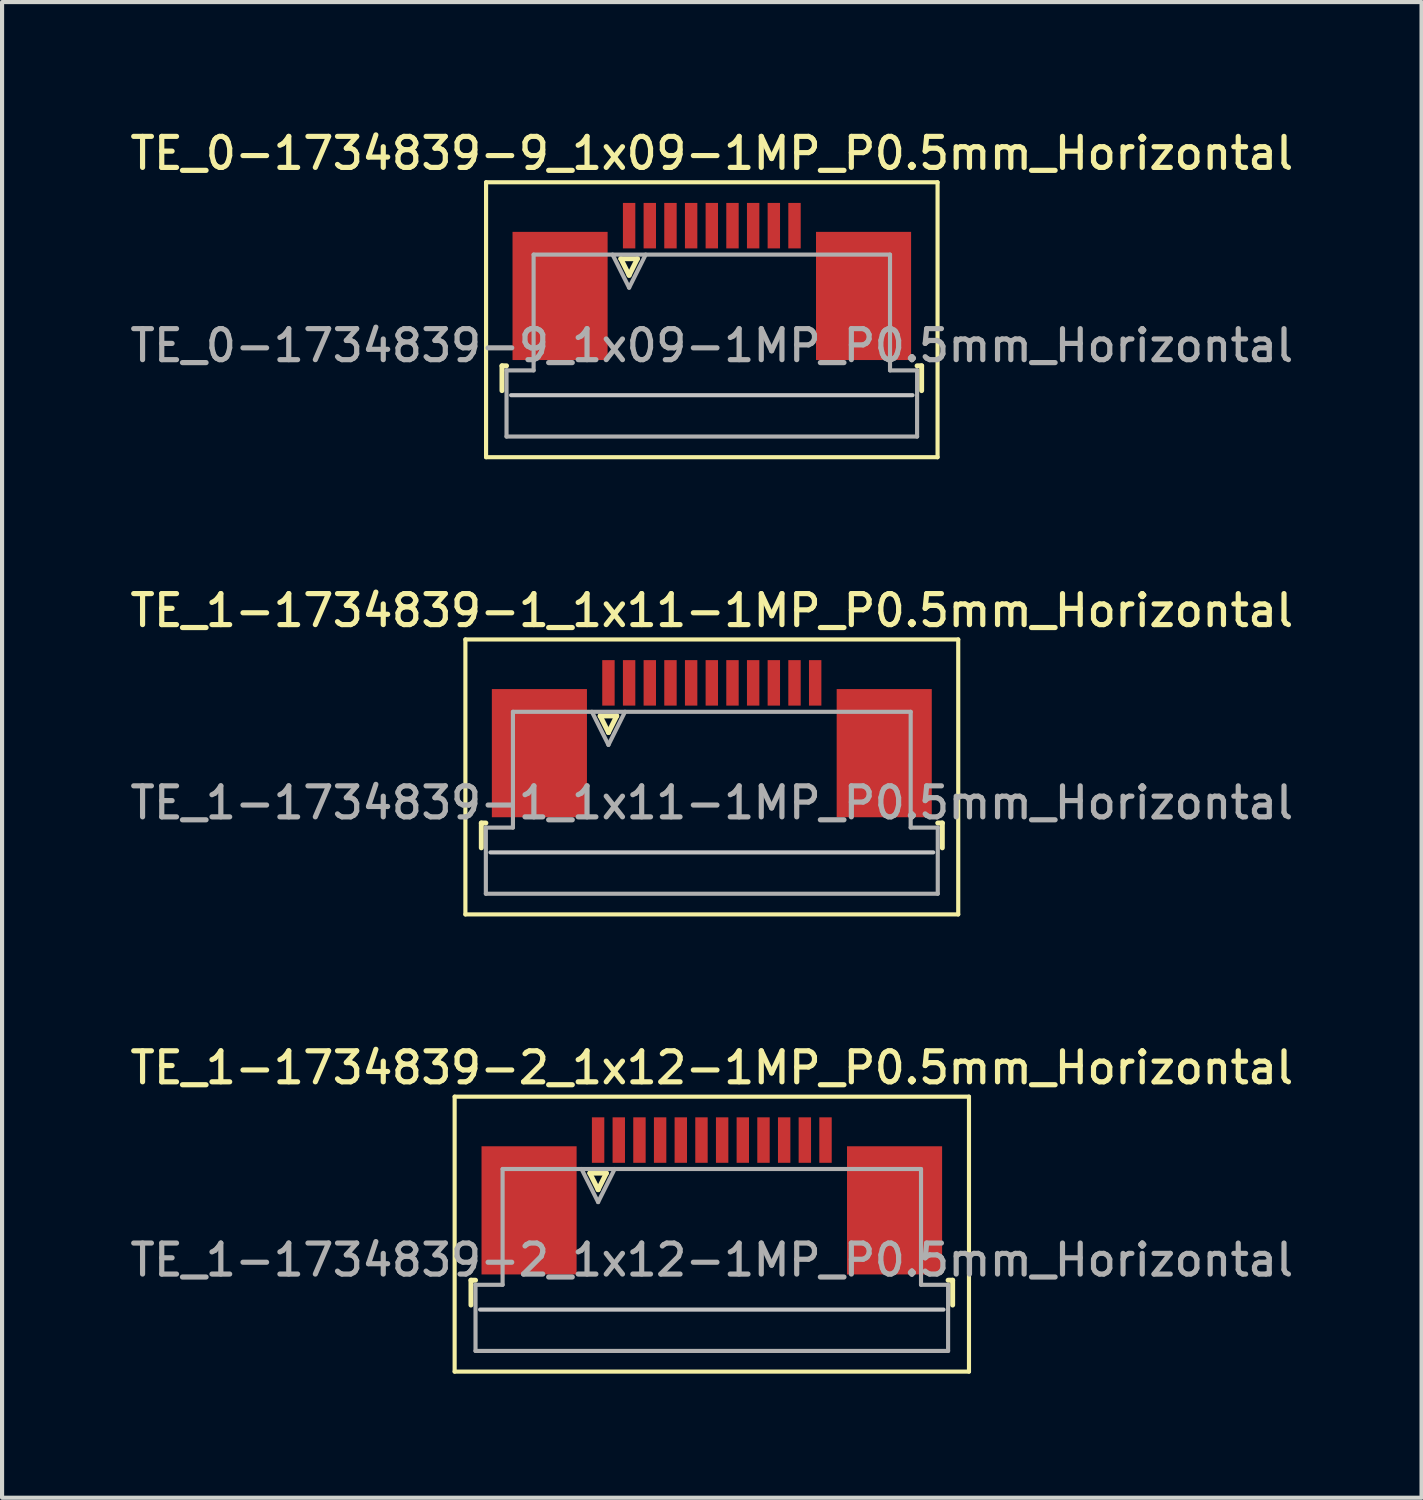
<source format=kicad_pcb>
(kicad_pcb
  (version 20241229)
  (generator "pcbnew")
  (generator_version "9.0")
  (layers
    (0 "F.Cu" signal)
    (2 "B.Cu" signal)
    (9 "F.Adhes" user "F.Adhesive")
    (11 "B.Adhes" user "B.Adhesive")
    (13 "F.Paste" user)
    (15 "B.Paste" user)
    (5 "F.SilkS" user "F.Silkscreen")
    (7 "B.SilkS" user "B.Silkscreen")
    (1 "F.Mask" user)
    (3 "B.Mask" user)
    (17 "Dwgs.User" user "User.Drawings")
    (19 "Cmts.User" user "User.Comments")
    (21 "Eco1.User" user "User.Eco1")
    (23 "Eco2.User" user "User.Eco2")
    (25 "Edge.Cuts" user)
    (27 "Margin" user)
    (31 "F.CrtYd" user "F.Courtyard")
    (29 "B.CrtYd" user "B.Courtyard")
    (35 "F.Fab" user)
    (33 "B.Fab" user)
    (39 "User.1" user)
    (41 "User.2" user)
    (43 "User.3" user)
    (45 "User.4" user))
  (footprint "TE_1-1734839-1_1x11-1MP_P0.5mm_Horizontal"
    (layer "F.Cu")
    (at 14.166 14.816)
    (property "Reference" "TE_1-1734839-1_1x11-1MP_P0.5mm_Horizontal" (at 0 -3.1 0) (layer "F.SilkS") (effects (font (size 0.75 0.75) (thickness 0.125))))
    (attr smd)
    (fp_line (start -5.96 -2.4) (end -5.96 4.25) (stroke (width 0.1) (type solid)) (layer "F.SilkS"))
    (fp_line (start -5.96 4.25) (end 5.96 4.25) (stroke (width 0.1) (type solid)) (layer "F.SilkS"))
    (fp_line (start -5.575 2.04) (end -5.575 2.64) (stroke (width 0.12) (type solid)) (layer "F.SilkS"))
    (fp_line (start -5.465 2.04) (end -5.575 2.04) (stroke (width 0.12) (type solid)) (layer "F.SilkS"))
    (fp_line (start -2.7 -0.55) (end -2.5 -0.15) (stroke (width 0.12) (type solid)) (layer "F.SilkS"))
    (fp_line (start -2.5 -0.15) (end -2.3 -0.55) (stroke (width 0.12) (type solid)) (layer "F.SilkS"))
    (fp_line (start -2.3 -0.55) (end -2.7 -0.55) (stroke (width 0.12) (type solid)) (layer "F.SilkS"))
    (fp_line (start 5.465 2.04) (end 5.575 2.04) (stroke (width 0.12) (type solid)) (layer "F.SilkS"))
    (fp_line (start 5.575 2.04) (end 5.575 2.64) (stroke (width 0.12) (type solid)) (layer "F.SilkS"))
    (fp_line (start 5.96 -2.4) (end -5.96 -2.4) (stroke (width 0.1) (type solid)) (layer "F.SilkS"))
    (fp_line (start 5.96 4.25) (end 5.96 -2.4) (stroke (width 0.1) (type solid)) (layer "F.SilkS"))
    (fp_line (start 5.355 2.75) (end -5.355 2.75) (stroke (width 0.1) (type solid)) (layer "Dwgs.User"))
    (fp_line (start -5.465 2.15) (end -4.81 2.15) (stroke (width 0.1) (type solid)) (layer "F.Fab"))
    (fp_line (start -5.465 3.75) (end -5.465 2.15) (stroke (width 0.1) (type solid)) (layer "F.Fab"))
    (fp_line (start -4.81 -0.65) (end 4.81 -0.65) (stroke (width 0.1) (type solid)) (layer "F.Fab"))
    (fp_line (start -4.81 2.15) (end -4.81 -0.65) (stroke (width 0.1) (type solid)) (layer "F.Fab"))
    (fp_line (start -2.9 -0.65) (end -2.5 0.15) (stroke (width 0.1) (type solid)) (layer "F.Fab"))
    (fp_line (start -2.5 0.15) (end -2.1 -0.65) (stroke (width 0.1) (type solid)) (layer "F.Fab"))
    (fp_line (start 4.81 -0.65) (end 4.81 2.15) (stroke (width 0.1) (type solid)) (layer "F.Fab"))
    (fp_line (start 4.81 2.15) (end 5.465 2.15) (stroke (width 0.1) (type solid)) (layer "F.Fab"))
    (fp_line (start 5.465 2.15) (end 5.465 3.75) (stroke (width 0.1) (type solid)) (layer "F.Fab"))
    (fp_line (start 5.465 3.75) (end -5.465 3.75) (stroke (width 0.1) (type solid)) (layer "F.Fab"))
    (fp_text user "${REFERENCE}" (at 0 1.55 0) (layer "F.Fab") (effects (font (size 0.75 0.75) (thickness 0.125))))
    (pad "1" smd rect (at -2.5 -1.35) (size 0.3 1.1) (layers "F.Cu" "F.Mask" "F.Paste"))
    (pad "2" smd rect (at -2 -1.35) (size 0.3 1.1) (layers "F.Cu" "F.Mask" "F.Paste"))
    (pad "3" smd rect (at -1.5 -1.35) (size 0.3 1.1) (layers "F.Cu" "F.Mask" "F.Paste"))
    (pad "4" smd rect (at -1 -1.35) (size 0.3 1.1) (layers "F.Cu" "F.Mask" "F.Paste"))
    (pad "5" smd rect (at -0.5 -1.35) (size 0.3 1.1) (layers "F.Cu" "F.Mask" "F.Paste"))
    (pad "6" smd rect (at 0 -1.35) (size 0.3 1.1) (layers "F.Cu" "F.Mask" "F.Paste"))
    (pad "7" smd rect (at 0.5 -1.35) (size 0.3 1.1) (layers "F.Cu" "F.Mask" "F.Paste"))
    (pad "8" smd rect (at 1 -1.35) (size 0.3 1.1) (layers "F.Cu" "F.Mask" "F.Paste"))
    (pad "9" smd rect (at 1.5 -1.35) (size 0.3 1.1) (layers "F.Cu" "F.Mask" "F.Paste"))
    (pad "10" smd rect (at 2 -1.35) (size 0.3 1.1) (layers "F.Cu" "F.Mask" "F.Paste"))
    (pad "11" smd rect (at 2.5 -1.35) (size 0.3 1.1) (layers "F.Cu" "F.Mask" "F.Paste"))
    (pad "MP" smd rect (at -4.17 0.35) (size 2.3 3.1) (layers "F.Cu" "F.Mask" "F.Paste"))
    (pad "MP" smd rect (at 4.17 0.35) (size 2.3 3.1) (layers "F.Cu" "F.Mask" "F.Paste")))
  (footprint "TE_1-1734839-2_1x12-1MP_P0.5mm_Horizontal"
    (layer "F.Cu")
    (at 14.166 25.874)
    (property "Reference" "TE_1-1734839-2_1x12-1MP_P0.5mm_Horizontal" (at 0 -3.1 0) (layer "F.SilkS") (effects (font (size 0.75 0.75) (thickness 0.125))))
    (attr smd)
    (fp_line (start -6.22 -2.4) (end -6.22 4.25) (stroke (width 0.1) (type solid)) (layer "F.SilkS"))
    (fp_line (start -6.22 4.25) (end 6.22 4.25) (stroke (width 0.1) (type solid)) (layer "F.SilkS"))
    (fp_line (start -5.825 2.04) (end -5.825 2.64) (stroke (width 0.12) (type solid)) (layer "F.SilkS"))
    (fp_line (start -5.715 2.04) (end -5.825 2.04) (stroke (width 0.12) (type solid)) (layer "F.SilkS"))
    (fp_line (start -2.95 -0.55) (end -2.75 -0.15) (stroke (width 0.12) (type solid)) (layer "F.SilkS"))
    (fp_line (start -2.75 -0.15) (end -2.55 -0.55) (stroke (width 0.12) (type solid)) (layer "F.SilkS"))
    (fp_line (start -2.55 -0.55) (end -2.95 -0.55) (stroke (width 0.12) (type solid)) (layer "F.SilkS"))
    (fp_line (start 5.715 2.04) (end 5.825 2.04) (stroke (width 0.12) (type solid)) (layer "F.SilkS"))
    (fp_line (start 5.825 2.04) (end 5.825 2.64) (stroke (width 0.12) (type solid)) (layer "F.SilkS"))
    (fp_line (start 6.22 -2.4) (end -6.22 -2.4) (stroke (width 0.1) (type solid)) (layer "F.SilkS"))
    (fp_line (start 6.22 4.25) (end 6.22 -2.4) (stroke (width 0.1) (type solid)) (layer "F.SilkS"))
    (fp_line (start 5.605 2.75) (end -5.605 2.75) (stroke (width 0.1) (type solid)) (layer "Dwgs.User"))
    (fp_line (start -5.715 2.15) (end -5.06 2.15) (stroke (width 0.1) (type solid)) (layer "F.Fab"))
    (fp_line (start -5.715 3.75) (end -5.715 2.15) (stroke (width 0.1) (type solid)) (layer "F.Fab"))
    (fp_line (start -5.06 -0.65) (end 5.06 -0.65) (stroke (width 0.1) (type solid)) (layer "F.Fab"))
    (fp_line (start -5.06 2.15) (end -5.06 -0.65) (stroke (width 0.1) (type solid)) (layer "F.Fab"))
    (fp_line (start -3.15 -0.65) (end -2.75 0.15) (stroke (width 0.1) (type solid)) (layer "F.Fab"))
    (fp_line (start -2.75 0.15) (end -2.35 -0.65) (stroke (width 0.1) (type solid)) (layer "F.Fab"))
    (fp_line (start 5.06 -0.65) (end 5.06 2.15) (stroke (width 0.1) (type solid)) (layer "F.Fab"))
    (fp_line (start 5.06 2.15) (end 5.715 2.15) (stroke (width 0.1) (type solid)) (layer "F.Fab"))
    (fp_line (start 5.715 2.15) (end 5.715 3.75) (stroke (width 0.1) (type solid)) (layer "F.Fab"))
    (fp_line (start 5.715 3.75) (end -5.715 3.75) (stroke (width 0.1) (type solid)) (layer "F.Fab"))
    (fp_text user "${REFERENCE}" (at 0 1.55 0) (layer "F.Fab") (effects (font (size 0.75 0.75) (thickness 0.125))))
    (pad "1" smd rect (at -2.75 -1.35) (size 0.3 1.1) (layers "F.Cu" "F.Mask" "F.Paste"))
    (pad "2" smd rect (at -2.25 -1.35) (size 0.3 1.1) (layers "F.Cu" "F.Mask" "F.Paste"))
    (pad "3" smd rect (at -1.75 -1.35) (size 0.3 1.1) (layers "F.Cu" "F.Mask" "F.Paste"))
    (pad "4" smd rect (at -1.25 -1.35) (size 0.3 1.1) (layers "F.Cu" "F.Mask" "F.Paste"))
    (pad "5" smd rect (at -0.75 -1.35) (size 0.3 1.1) (layers "F.Cu" "F.Mask" "F.Paste"))
    (pad "6" smd rect (at -0.25 -1.35) (size 0.3 1.1) (layers "F.Cu" "F.Mask" "F.Paste"))
    (pad "7" smd rect (at 0.25 -1.35) (size 0.3 1.1) (layers "F.Cu" "F.Mask" "F.Paste"))
    (pad "8" smd rect (at 0.75 -1.35) (size 0.3 1.1) (layers "F.Cu" "F.Mask" "F.Paste"))
    (pad "9" smd rect (at 1.25 -1.35) (size 0.3 1.1) (layers "F.Cu" "F.Mask" "F.Paste"))
    (pad "10" smd rect (at 1.75 -1.35) (size 0.3 1.1) (layers "F.Cu" "F.Mask" "F.Paste"))
    (pad "11" smd rect (at 2.25 -1.35) (size 0.3 1.1) (layers "F.Cu" "F.Mask" "F.Paste"))
    (pad "12" smd rect (at 2.75 -1.35) (size 0.3 1.1) (layers "F.Cu" "F.Mask" "F.Paste"))
    (pad "MP" smd rect (at -4.42 0.35) (size 2.3 3.1) (layers "F.Cu" "F.Mask" "F.Paste"))
    (pad "MP" smd rect (at 4.42 0.35) (size 2.3 3.1) (layers "F.Cu" "F.Mask" "F.Paste")))
  (footprint "TE_0-1734839-9_1x09-1MP_P0.5mm_Horizontal"
    (layer "F.Cu")
    (at 14.166 3.758)
    (property "Reference" "TE_0-1734839-9_1x09-1MP_P0.5mm_Horizontal" (at 0 -3.1 0) (layer "F.SilkS") (effects (font (size 0.75 0.75) (thickness 0.125))))
    (attr smd)
    (fp_line (start -5.46 -2.4) (end -5.46 4.25) (stroke (width 0.1) (type solid)) (layer "F.SilkS"))
    (fp_line (start -5.46 4.25) (end 5.46 4.25) (stroke (width 0.1) (type solid)) (layer "F.SilkS"))
    (fp_line (start -5.075 2.04) (end -5.075 2.64) (stroke (width 0.12) (type solid)) (layer "F.SilkS"))
    (fp_line (start -4.965 2.04) (end -5.075 2.04) (stroke (width 0.12) (type solid)) (layer "F.SilkS"))
    (fp_line (start -2.2 -0.55) (end -2 -0.15) (stroke (width 0.12) (type solid)) (layer "F.SilkS"))
    (fp_line (start -2 -0.15) (end -1.8 -0.55) (stroke (width 0.12) (type solid)) (layer "F.SilkS"))
    (fp_line (start -1.8 -0.55) (end -2.2 -0.55) (stroke (width 0.12) (type solid)) (layer "F.SilkS"))
    (fp_line (start 4.965 2.04) (end 5.075 2.04) (stroke (width 0.12) (type solid)) (layer "F.SilkS"))
    (fp_line (start 5.075 2.04) (end 5.075 2.64) (stroke (width 0.12) (type solid)) (layer "F.SilkS"))
    (fp_line (start 5.46 -2.4) (end -5.46 -2.4) (stroke (width 0.1) (type solid)) (layer "F.SilkS"))
    (fp_line (start 5.46 4.25) (end 5.46 -2.4) (stroke (width 0.1) (type solid)) (layer "F.SilkS"))
    (fp_line (start 4.855 2.75) (end -4.855 2.75) (stroke (width 0.1) (type solid)) (layer "Dwgs.User"))
    (fp_line (start -4.965 2.15) (end -4.31 2.15) (stroke (width 0.1) (type solid)) (layer "F.Fab"))
    (fp_line (start -4.965 3.75) (end -4.965 2.15) (stroke (width 0.1) (type solid)) (layer "F.Fab"))
    (fp_line (start -4.31 -0.65) (end 4.31 -0.65) (stroke (width 0.1) (type solid)) (layer "F.Fab"))
    (fp_line (start -4.31 2.15) (end -4.31 -0.65) (stroke (width 0.1) (type solid)) (layer "F.Fab"))
    (fp_line (start -2.4 -0.65) (end -2 0.15) (stroke (width 0.1) (type solid)) (layer "F.Fab"))
    (fp_line (start -2 0.15) (end -1.6 -0.65) (stroke (width 0.1) (type solid)) (layer "F.Fab"))
    (fp_line (start 4.31 -0.65) (end 4.31 2.15) (stroke (width 0.1) (type solid)) (layer "F.Fab"))
    (fp_line (start 4.31 2.15) (end 4.965 2.15) (stroke (width 0.1) (type solid)) (layer "F.Fab"))
    (fp_line (start 4.965 2.15) (end 4.965 3.75) (stroke (width 0.1) (type solid)) (layer "F.Fab"))
    (fp_line (start 4.965 3.75) (end -4.965 3.75) (stroke (width 0.1) (type solid)) (layer "F.Fab"))
    (fp_text user "${REFERENCE}" (at 0 1.55 0) (layer "F.Fab") (effects (font (size 0.75 0.75) (thickness 0.125))))
    (pad "1" smd rect (at -2 -1.35) (size 0.3 1.1) (layers "F.Cu" "F.Mask" "F.Paste"))
    (pad "2" smd rect (at -1.5 -1.35) (size 0.3 1.1) (layers "F.Cu" "F.Mask" "F.Paste"))
    (pad "3" smd rect (at -1 -1.35) (size 0.3 1.1) (layers "F.Cu" "F.Mask" "F.Paste"))
    (pad "4" smd rect (at -0.5 -1.35) (size 0.3 1.1) (layers "F.Cu" "F.Mask" "F.Paste"))
    (pad "5" smd rect (at 0 -1.35) (size 0.3 1.1) (layers "F.Cu" "F.Mask" "F.Paste"))
    (pad "6" smd rect (at 0.5 -1.35) (size 0.3 1.1) (layers "F.Cu" "F.Mask" "F.Paste"))
    (pad "7" smd rect (at 1 -1.35) (size 0.3 1.1) (layers "F.Cu" "F.Mask" "F.Paste"))
    (pad "8" smd rect (at 1.5 -1.35) (size 0.3 1.1) (layers "F.Cu" "F.Mask" "F.Paste"))
    (pad "9" smd rect (at 2 -1.35) (size 0.3 1.1) (layers "F.Cu" "F.Mask" "F.Paste"))
    (pad "MP" smd rect (at -3.67 0.35) (size 2.3 3.1) (layers "F.Cu" "F.Mask" "F.Paste"))
    (pad "MP" smd rect (at 3.67 0.35) (size 2.3 3.1) (layers "F.Cu" "F.Mask" "F.Paste")))
  (gr_rect
    (start -3 -3)
    (end 31.332 33.174)
    (stroke (width 0.1) (type default))
    (fill no)
    (layer "Edge.Cuts")))
</source>
